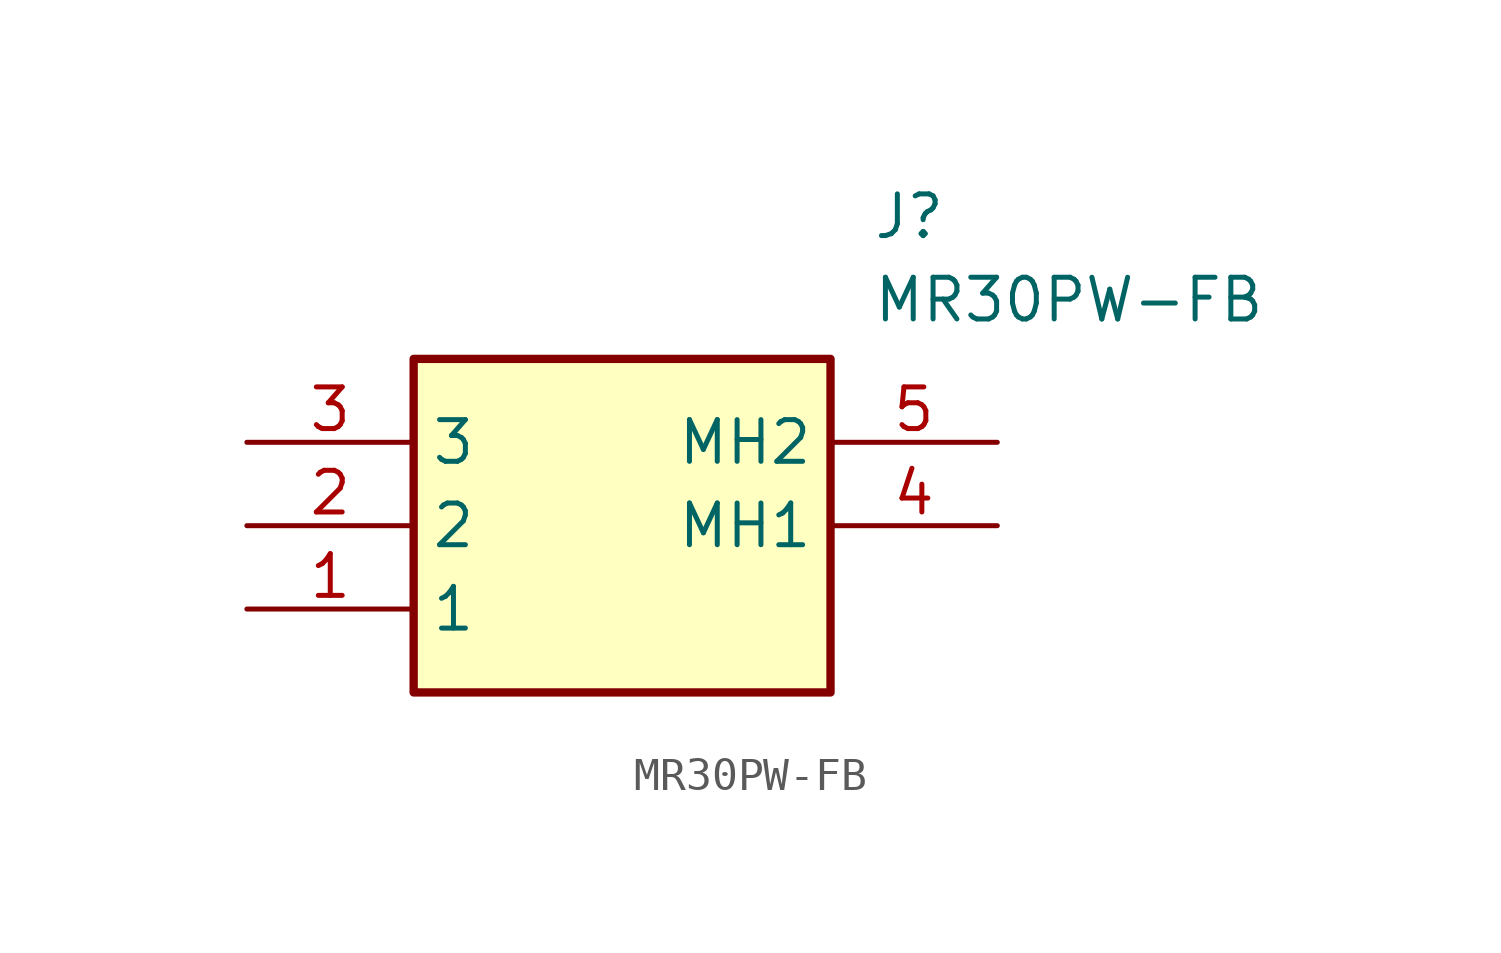
<source format=kicad_sym>
(kicad_symbol_lib
  (version 20241209)
  (generator "kicad_symbol_editor")
  (generator_version "9.0")
  (symbol "MR30PW-FB"
    (property "Reference" "J"
      (at 19.05 7.62 0)
      (effects (font (size 1.27 1.27)) (justify left top)))
    (property "Value" "MR30PW-FB"
      (at 19.05 5.08 0)
      (effects (font (size 1.27 1.27)) (justify left top)))
    (symbol "MR30PW-FB_1_1"
      (rectangle (start 5.08 2.54) (end 17.78 -7.62) (stroke (width 0.254) (type default)) (fill (type background)))
      (pin passive line (at 0 0 0) (length 5.08) (name "3" (effects (font (size 1.27 1.27)))) (number "3" (effects (font (size 1.27 1.27)))))
      (pin passive line (at 0 -2.54 0) (length 5.08) (name "2" (effects (font (size 1.27 1.27)))) (number "2" (effects (font (size 1.27 1.27)))))
      (pin passive line (at 0 -5.08 0) (length 5.08) (name "1" (effects (font (size 1.27 1.27)))) (number "1" (effects (font (size 1.27 1.27)))))
      (pin passive line (at 22.86 0 180) (length 5.08) (name "MH2" (effects (font (size 1.27 1.27)))) (number "5" (effects (font (size 1.27 1.27)))))
      (pin passive line (at 22.86 -2.54 180) (length 5.08) (name "MH1" (effects (font (size 1.27 1.27)))) (number "4" (effects (font (size 1.27 1.27))))))))
</source>
